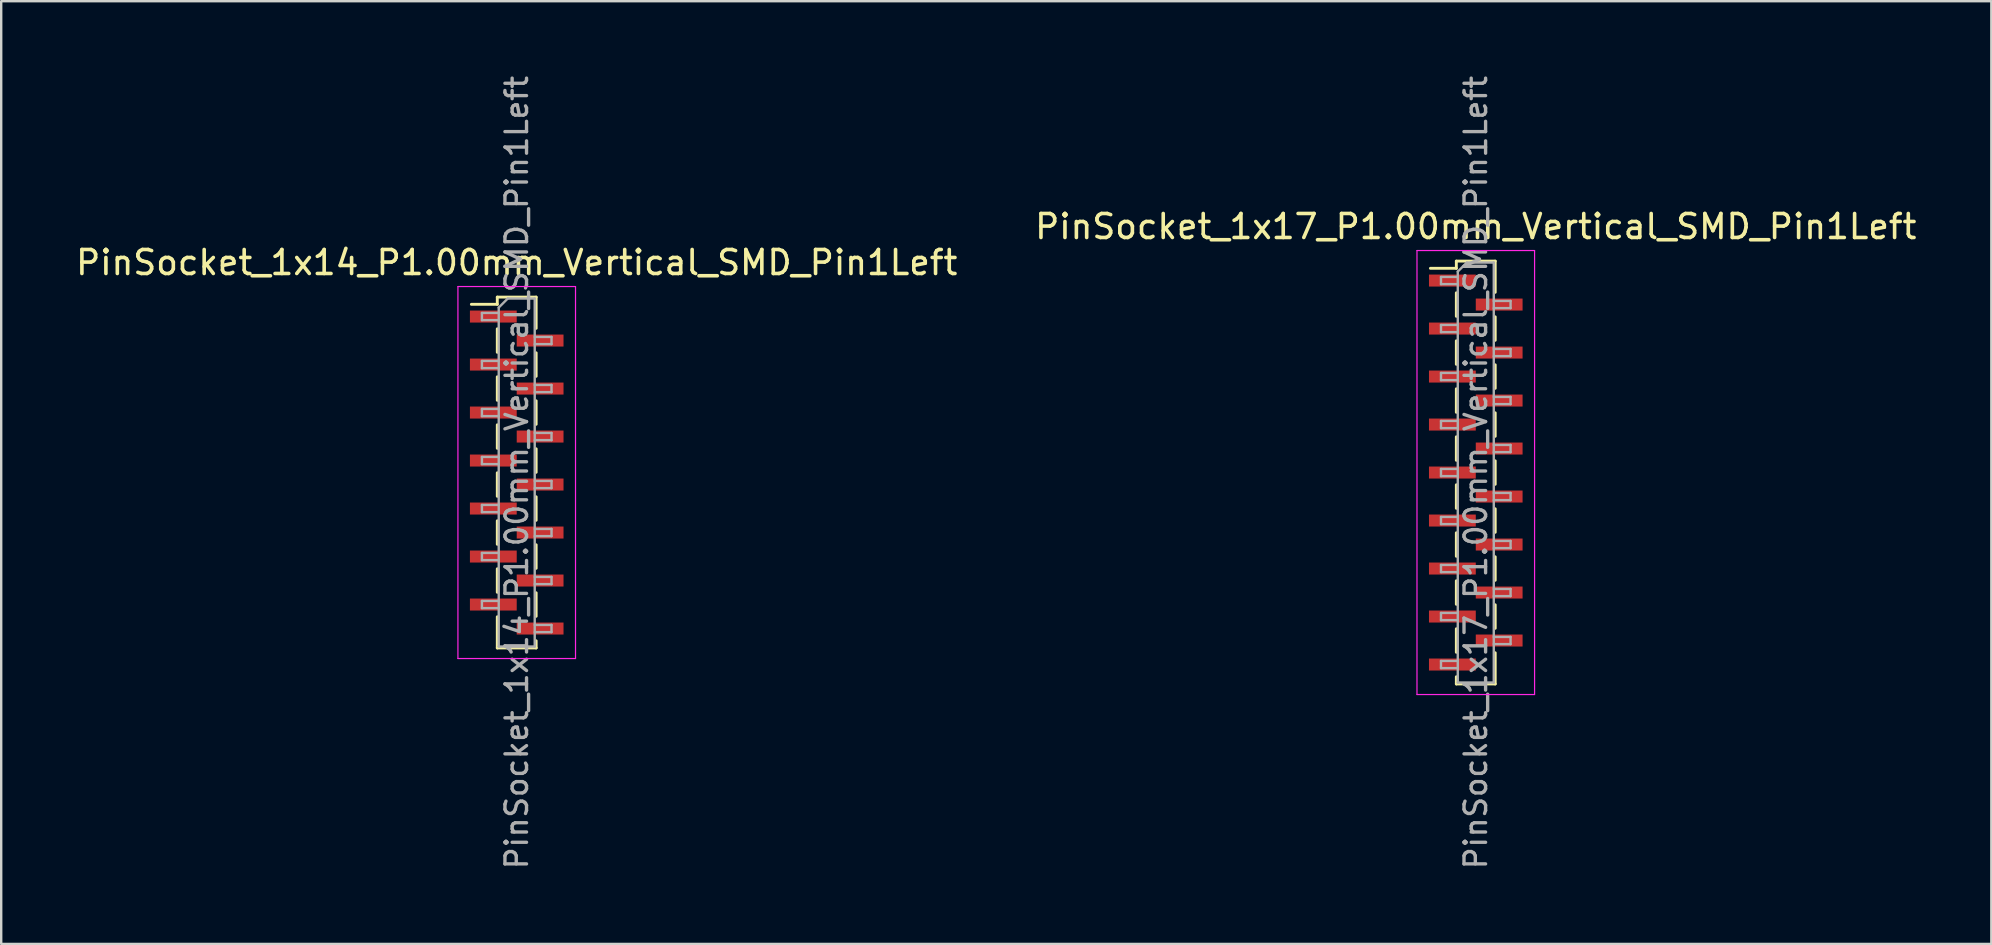
<source format=kicad_pcb>
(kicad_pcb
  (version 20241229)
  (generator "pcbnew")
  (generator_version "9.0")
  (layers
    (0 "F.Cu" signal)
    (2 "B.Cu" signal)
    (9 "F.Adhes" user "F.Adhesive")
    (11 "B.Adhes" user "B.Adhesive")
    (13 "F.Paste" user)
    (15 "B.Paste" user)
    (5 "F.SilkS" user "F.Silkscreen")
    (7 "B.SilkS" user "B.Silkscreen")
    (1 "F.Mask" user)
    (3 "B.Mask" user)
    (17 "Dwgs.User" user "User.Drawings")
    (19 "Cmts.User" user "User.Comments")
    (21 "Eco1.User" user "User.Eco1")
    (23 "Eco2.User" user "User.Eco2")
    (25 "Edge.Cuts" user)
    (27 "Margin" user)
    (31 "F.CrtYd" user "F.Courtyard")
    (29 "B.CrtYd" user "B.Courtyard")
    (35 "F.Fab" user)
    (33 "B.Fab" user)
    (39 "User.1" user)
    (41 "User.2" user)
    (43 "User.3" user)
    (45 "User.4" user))
  (footprint "PinSocket_1x17_P1.00mm_Vertical_SMD_Pin1Left"
    (layer "F.Cu")
    (at 58.446 16.641)
    (property "Reference" "PinSocket_1x17_P1.00mm_Vertical_SMD_Pin1Left" (at 0 -10.25 0) (layer "F.SilkS") (effects (font (size 1 1) (thickness 0.15))))
    (attr smd)
    (fp_line (start -1.89 -8.51) (end -0.81 -8.51) (stroke (width 0.12) (type solid)) (layer "F.SilkS"))
    (fp_line (start -0.81 -8.81) (end -0.81 -8.51) (stroke (width 0.12) (type solid)) (layer "F.SilkS"))
    (fp_line (start -0.81 -8.81) (end 0.81 -8.81) (stroke (width 0.12) (type solid)) (layer "F.SilkS"))
    (fp_line (start -0.81 -7.49) (end -0.81 -6.51) (stroke (width 0.12) (type solid)) (layer "F.SilkS"))
    (fp_line (start -0.81 -5.49) (end -0.81 -4.51) (stroke (width 0.12) (type solid)) (layer "F.SilkS"))
    (fp_line (start -0.81 -3.49) (end -0.81 -2.51) (stroke (width 0.12) (type solid)) (layer "F.SilkS"))
    (fp_line (start -0.81 -1.49) (end -0.81 -0.51) (stroke (width 0.12) (type solid)) (layer "F.SilkS"))
    (fp_line (start -0.81 0.51) (end -0.81 1.49) (stroke (width 0.12) (type solid)) (layer "F.SilkS"))
    (fp_line (start -0.81 2.51) (end -0.81 3.49) (stroke (width 0.12) (type solid)) (layer "F.SilkS"))
    (fp_line (start -0.81 4.51) (end -0.81 5.49) (stroke (width 0.12) (type solid)) (layer "F.SilkS"))
    (fp_line (start -0.81 6.51) (end -0.81 7.49) (stroke (width 0.12) (type solid)) (layer "F.SilkS"))
    (fp_line (start -0.81 8.51) (end -0.81 8.81) (stroke (width 0.12) (type solid)) (layer "F.SilkS"))
    (fp_line (start -0.81 8.81) (end 0.81 8.81) (stroke (width 0.12) (type solid)) (layer "F.SilkS"))
    (fp_line (start 0.81 -8.81) (end 0.81 -7.51) (stroke (width 0.12) (type solid)) (layer "F.SilkS"))
    (fp_line (start 0.81 -6.49) (end 0.81 -5.51) (stroke (width 0.12) (type solid)) (layer "F.SilkS"))
    (fp_line (start 0.81 -4.49) (end 0.81 -3.51) (stroke (width 0.12) (type solid)) (layer "F.SilkS"))
    (fp_line (start 0.81 -2.49) (end 0.81 -1.51) (stroke (width 0.12) (type solid)) (layer "F.SilkS"))
    (fp_line (start 0.81 -0.49) (end 0.81 0.49) (stroke (width 0.12) (type solid)) (layer "F.SilkS"))
    (fp_line (start 0.81 1.51) (end 0.81 2.49) (stroke (width 0.12) (type solid)) (layer "F.SilkS"))
    (fp_line (start 0.81 3.51) (end 0.81 4.49) (stroke (width 0.12) (type solid)) (layer "F.SilkS"))
    (fp_line (start 0.81 5.51) (end 0.81 6.49) (stroke (width 0.12) (type solid)) (layer "F.SilkS"))
    (fp_line (start 0.81 7.51) (end 0.81 8.81) (stroke (width 0.12) (type solid)) (layer "F.SilkS"))
    (fp_line (start -2.45 -9.25) (end 2.45 -9.25) (stroke (width 0.05) (type solid)) (layer "F.CrtYd"))
    (fp_line (start -2.45 9.25) (end -2.45 -9.25) (stroke (width 0.05) (type solid)) (layer "F.CrtYd"))
    (fp_line (start 2.45 -9.25) (end 2.45 9.25) (stroke (width 0.05) (type solid)) (layer "F.CrtYd"))
    (fp_line (start 2.45 9.25) (end -2.45 9.25) (stroke (width 0.05) (type solid)) (layer "F.CrtYd"))
    (fp_line (start -1.45 -8.15) (end -0.75 -8.15) (stroke (width 0.1) (type solid)) (layer "F.Fab"))
    (fp_line (start -1.45 -7.85) (end -1.45 -8.15) (stroke (width 0.1) (type solid)) (layer "F.Fab"))
    (fp_line (start -1.45 -6.15) (end -0.75 -6.15) (stroke (width 0.1) (type solid)) (layer "F.Fab"))
    (fp_line (start -1.45 -5.85) (end -1.45 -6.15) (stroke (width 0.1) (type solid)) (layer "F.Fab"))
    (fp_line (start -1.45 -4.15) (end -0.75 -4.15) (stroke (width 0.1) (type solid)) (layer "F.Fab"))
    (fp_line (start -1.45 -3.85) (end -1.45 -4.15) (stroke (width 0.1) (type solid)) (layer "F.Fab"))
    (fp_line (start -1.45 -2.15) (end -0.75 -2.15) (stroke (width 0.1) (type solid)) (layer "F.Fab"))
    (fp_line (start -1.45 -1.85) (end -1.45 -2.15) (stroke (width 0.1) (type solid)) (layer "F.Fab"))
    (fp_line (start -1.45 -0.15) (end -0.75 -0.15) (stroke (width 0.1) (type solid)) (layer "F.Fab"))
    (fp_line (start -1.45 0.15) (end -1.45 -0.15) (stroke (width 0.1) (type solid)) (layer "F.Fab"))
    (fp_line (start -1.45 1.85) (end -0.75 1.85) (stroke (width 0.1) (type solid)) (layer "F.Fab"))
    (fp_line (start -1.45 2.15) (end -1.45 1.85) (stroke (width 0.1) (type solid)) (layer "F.Fab"))
    (fp_line (start -1.45 3.85) (end -0.75 3.85) (stroke (width 0.1) (type solid)) (layer "F.Fab"))
    (fp_line (start -1.45 4.15) (end -1.45 3.85) (stroke (width 0.1) (type solid)) (layer "F.Fab"))
    (fp_line (start -1.45 5.85) (end -0.75 5.85) (stroke (width 0.1) (type solid)) (layer "F.Fab"))
    (fp_line (start -1.45 6.15) (end -1.45 5.85) (stroke (width 0.1) (type solid)) (layer "F.Fab"))
    (fp_line (start -1.45 7.85) (end -0.75 7.85) (stroke (width 0.1) (type solid)) (layer "F.Fab"))
    (fp_line (start -1.45 8.15) (end -1.45 7.85) (stroke (width 0.1) (type solid)) (layer "F.Fab"))
    (fp_line (start -0.75 -8.375) (end -0.375 -8.75) (stroke (width 0.1) (type solid)) (layer "F.Fab"))
    (fp_line (start -0.75 -7.85) (end -1.45 -7.85) (stroke (width 0.1) (type solid)) (layer "F.Fab"))
    (fp_line (start -0.75 -5.85) (end -1.45 -5.85) (stroke (width 0.1) (type solid)) (layer "F.Fab"))
    (fp_line (start -0.75 -3.85) (end -1.45 -3.85) (stroke (width 0.1) (type solid)) (layer "F.Fab"))
    (fp_line (start -0.75 -1.85) (end -1.45 -1.85) (stroke (width 0.1) (type solid)) (layer "F.Fab"))
    (fp_line (start -0.75 0.15) (end -1.45 0.15) (stroke (width 0.1) (type solid)) (layer "F.Fab"))
    (fp_line (start -0.75 2.15) (end -1.45 2.15) (stroke (width 0.1) (type solid)) (layer "F.Fab"))
    (fp_line (start -0.75 4.15) (end -1.45 4.15) (stroke (width 0.1) (type solid)) (layer "F.Fab"))
    (fp_line (start -0.75 6.15) (end -1.45 6.15) (stroke (width 0.1) (type solid)) (layer "F.Fab"))
    (fp_line (start -0.75 8.15) (end -1.45 8.15) (stroke (width 0.1) (type solid)) (layer "F.Fab"))
    (fp_line (start -0.75 8.75) (end -0.75 -8.375) (stroke (width 0.1) (type solid)) (layer "F.Fab"))
    (fp_line (start -0.375 -8.75) (end 0.75 -8.75) (stroke (width 0.1) (type solid)) (layer "F.Fab"))
    (fp_line (start 0.75 -8.75) (end 0.75 8.75) (stroke (width 0.1) (type solid)) (layer "F.Fab"))
    (fp_line (start 0.75 -7.15) (end 1.45 -7.15) (stroke (width 0.1) (type solid)) (layer "F.Fab"))
    (fp_line (start 0.75 -5.15) (end 1.45 -5.15) (stroke (width 0.1) (type solid)) (layer "F.Fab"))
    (fp_line (start 0.75 -3.15) (end 1.45 -3.15) (stroke (width 0.1) (type solid)) (layer "F.Fab"))
    (fp_line (start 0.75 -1.15) (end 1.45 -1.15) (stroke (width 0.1) (type solid)) (layer "F.Fab"))
    (fp_line (start 0.75 0.85) (end 1.45 0.85) (stroke (width 0.1) (type solid)) (layer "F.Fab"))
    (fp_line (start 0.75 2.85) (end 1.45 2.85) (stroke (width 0.1) (type solid)) (layer "F.Fab"))
    (fp_line (start 0.75 4.85) (end 1.45 4.85) (stroke (width 0.1) (type solid)) (layer "F.Fab"))
    (fp_line (start 0.75 6.85) (end 1.45 6.85) (stroke (width 0.1) (type solid)) (layer "F.Fab"))
    (fp_line (start 0.75 8.75) (end -0.75 8.75) (stroke (width 0.1) (type solid)) (layer "F.Fab"))
    (fp_line (start 1.45 -7.15) (end 1.45 -6.85) (stroke (width 0.1) (type solid)) (layer "F.Fab"))
    (fp_line (start 1.45 -6.85) (end 0.75 -6.85) (stroke (width 0.1) (type solid)) (layer "F.Fab"))
    (fp_line (start 1.45 -5.15) (end 1.45 -4.85) (stroke (width 0.1) (type solid)) (layer "F.Fab"))
    (fp_line (start 1.45 -4.85) (end 0.75 -4.85) (stroke (width 0.1) (type solid)) (layer "F.Fab"))
    (fp_line (start 1.45 -3.15) (end 1.45 -2.85) (stroke (width 0.1) (type solid)) (layer "F.Fab"))
    (fp_line (start 1.45 -2.85) (end 0.75 -2.85) (stroke (width 0.1) (type solid)) (layer "F.Fab"))
    (fp_line (start 1.45 -1.15) (end 1.45 -0.85) (stroke (width 0.1) (type solid)) (layer "F.Fab"))
    (fp_line (start 1.45 -0.85) (end 0.75 -0.85) (stroke (width 0.1) (type solid)) (layer "F.Fab"))
    (fp_line (start 1.45 0.85) (end 1.45 1.15) (stroke (width 0.1) (type solid)) (layer "F.Fab"))
    (fp_line (start 1.45 1.15) (end 0.75 1.15) (stroke (width 0.1) (type solid)) (layer "F.Fab"))
    (fp_line (start 1.45 2.85) (end 1.45 3.15) (stroke (width 0.1) (type solid)) (layer "F.Fab"))
    (fp_line (start 1.45 3.15) (end 0.75 3.15) (stroke (width 0.1) (type solid)) (layer "F.Fab"))
    (fp_line (start 1.45 4.85) (end 1.45 5.15) (stroke (width 0.1) (type solid)) (layer "F.Fab"))
    (fp_line (start 1.45 5.15) (end 0.75 5.15) (stroke (width 0.1) (type solid)) (layer "F.Fab"))
    (fp_line (start 1.45 6.85) (end 1.45 7.15) (stroke (width 0.1) (type solid)) (layer "F.Fab"))
    (fp_line (start 1.45 7.15) (end 0.75 7.15) (stroke (width 0.1) (type solid)) (layer "F.Fab"))
    (fp_text user "${REFERENCE}" (at 0 0 90) (layer "F.Fab") (effects (font (size 0.9 0.9) (thickness 0.14))))
    (pad "1" smd rect (at -0.975 -8) (size 1.95 0.5) (layers "F.Cu" "F.Mask" "F.Paste"))
    (pad "2" smd rect (at 0.975 -7) (size 1.95 0.5) (layers "F.Cu" "F.Mask" "F.Paste"))
    (pad "3" smd rect (at -0.975 -6) (size 1.95 0.5) (layers "F.Cu" "F.Mask" "F.Paste"))
    (pad "4" smd rect (at 0.975 -5) (size 1.95 0.5) (layers "F.Cu" "F.Mask" "F.Paste"))
    (pad "5" smd rect (at -0.975 -4) (size 1.95 0.5) (layers "F.Cu" "F.Mask" "F.Paste"))
    (pad "6" smd rect (at 0.975 -3) (size 1.95 0.5) (layers "F.Cu" "F.Mask" "F.Paste"))
    (pad "7" smd rect (at -0.975 -2) (size 1.95 0.5) (layers "F.Cu" "F.Mask" "F.Paste"))
    (pad "8" smd rect (at 0.975 -1) (size 1.95 0.5) (layers "F.Cu" "F.Mask" "F.Paste"))
    (pad "9" smd rect (at -0.975 0) (size 1.95 0.5) (layers "F.Cu" "F.Mask" "F.Paste"))
    (pad "10" smd rect (at 0.975 1) (size 1.95 0.5) (layers "F.Cu" "F.Mask" "F.Paste"))
    (pad "11" smd rect (at -0.975 2) (size 1.95 0.5) (layers "F.Cu" "F.Mask" "F.Paste"))
    (pad "12" smd rect (at 0.975 3) (size 1.95 0.5) (layers "F.Cu" "F.Mask" "F.Paste"))
    (pad "13" smd rect (at -0.975 4) (size 1.95 0.5) (layers "F.Cu" "F.Mask" "F.Paste"))
    (pad "14" smd rect (at 0.975 5) (size 1.95 0.5) (layers "F.Cu" "F.Mask" "F.Paste"))
    (pad "15" smd rect (at -0.975 6) (size 1.95 0.5) (layers "F.Cu" "F.Mask" "F.Paste"))
    (pad "16" smd rect (at 0.975 7) (size 1.95 0.5) (layers "F.Cu" "F.Mask" "F.Paste"))
    (pad "17" smd rect (at -0.975 8) (size 1.95 0.5) (layers "F.Cu" "F.Mask" "F.Paste")))
  (footprint "PinSocket_1x14_P1.00mm_Vertical_SMD_Pin1Left"
    (layer "F.Cu")
    (at 18.482 16.641)
    (property "Reference" "PinSocket_1x14_P1.00mm_Vertical_SMD_Pin1Left" (at 0 -8.75 0) (layer "F.SilkS") (effects (font (size 1 1) (thickness 0.15))))
    (attr smd)
    (fp_line (start -1.89 -7.01) (end -0.81 -7.01) (stroke (width 0.12) (type solid)) (layer "F.SilkS"))
    (fp_line (start -0.81 -7.31) (end -0.81 -7.01) (stroke (width 0.12) (type solid)) (layer "F.SilkS"))
    (fp_line (start -0.81 -7.31) (end 0.81 -7.31) (stroke (width 0.12) (type solid)) (layer "F.SilkS"))
    (fp_line (start -0.81 -5.99) (end -0.81 -5.01) (stroke (width 0.12) (type solid)) (layer "F.SilkS"))
    (fp_line (start -0.81 -3.99) (end -0.81 -3.01) (stroke (width 0.12) (type solid)) (layer "F.SilkS"))
    (fp_line (start -0.81 -1.99) (end -0.81 -1.01) (stroke (width 0.12) (type solid)) (layer "F.SilkS"))
    (fp_line (start -0.81 0.01) (end -0.81 0.99) (stroke (width 0.12) (type solid)) (layer "F.SilkS"))
    (fp_line (start -0.81 2.01) (end -0.81 2.99) (stroke (width 0.12) (type solid)) (layer "F.SilkS"))
    (fp_line (start -0.81 4.01) (end -0.81 4.99) (stroke (width 0.12) (type solid)) (layer "F.SilkS"))
    (fp_line (start -0.81 6.01) (end -0.81 7.31) (stroke (width 0.12) (type solid)) (layer "F.SilkS"))
    (fp_line (start -0.81 7.31) (end 0.81 7.31) (stroke (width 0.12) (type solid)) (layer "F.SilkS"))
    (fp_line (start 0.81 -7.31) (end 0.81 -6.01) (stroke (width 0.12) (type solid)) (layer "F.SilkS"))
    (fp_line (start 0.81 -4.99) (end 0.81 -4.01) (stroke (width 0.12) (type solid)) (layer "F.SilkS"))
    (fp_line (start 0.81 -2.99) (end 0.81 -2.01) (stroke (width 0.12) (type solid)) (layer "F.SilkS"))
    (fp_line (start 0.81 -0.99) (end 0.81 -0.01) (stroke (width 0.12) (type solid)) (layer "F.SilkS"))
    (fp_line (start 0.81 1.01) (end 0.81 1.99) (stroke (width 0.12) (type solid)) (layer "F.SilkS"))
    (fp_line (start 0.81 3.01) (end 0.81 3.99) (stroke (width 0.12) (type solid)) (layer "F.SilkS"))
    (fp_line (start 0.81 5.01) (end 0.81 5.99) (stroke (width 0.12) (type solid)) (layer "F.SilkS"))
    (fp_line (start 0.81 7.01) (end 0.81 7.31) (stroke (width 0.12) (type solid)) (layer "F.SilkS"))
    (fp_line (start -2.45 -7.75) (end 2.45 -7.75) (stroke (width 0.05) (type solid)) (layer "F.CrtYd"))
    (fp_line (start -2.45 7.75) (end -2.45 -7.75) (stroke (width 0.05) (type solid)) (layer "F.CrtYd"))
    (fp_line (start 2.45 -7.75) (end 2.45 7.75) (stroke (width 0.05) (type solid)) (layer "F.CrtYd"))
    (fp_line (start 2.45 7.75) (end -2.45 7.75) (stroke (width 0.05) (type solid)) (layer "F.CrtYd"))
    (fp_line (start -1.45 -6.65) (end -0.75 -6.65) (stroke (width 0.1) (type solid)) (layer "F.Fab"))
    (fp_line (start -1.45 -6.35) (end -1.45 -6.65) (stroke (width 0.1) (type solid)) (layer "F.Fab"))
    (fp_line (start -1.45 -4.65) (end -0.75 -4.65) (stroke (width 0.1) (type solid)) (layer "F.Fab"))
    (fp_line (start -1.45 -4.35) (end -1.45 -4.65) (stroke (width 0.1) (type solid)) (layer "F.Fab"))
    (fp_line (start -1.45 -2.65) (end -0.75 -2.65) (stroke (width 0.1) (type solid)) (layer "F.Fab"))
    (fp_line (start -1.45 -2.35) (end -1.45 -2.65) (stroke (width 0.1) (type solid)) (layer "F.Fab"))
    (fp_line (start -1.45 -0.65) (end -0.75 -0.65) (stroke (width 0.1) (type solid)) (layer "F.Fab"))
    (fp_line (start -1.45 -0.35) (end -1.45 -0.65) (stroke (width 0.1) (type solid)) (layer "F.Fab"))
    (fp_line (start -1.45 1.35) (end -0.75 1.35) (stroke (width 0.1) (type solid)) (layer "F.Fab"))
    (fp_line (start -1.45 1.65) (end -1.45 1.35) (stroke (width 0.1) (type solid)) (layer "F.Fab"))
    (fp_line (start -1.45 3.35) (end -0.75 3.35) (stroke (width 0.1) (type solid)) (layer "F.Fab"))
    (fp_line (start -1.45 3.65) (end -1.45 3.35) (stroke (width 0.1) (type solid)) (layer "F.Fab"))
    (fp_line (start -1.45 5.35) (end -0.75 5.35) (stroke (width 0.1) (type solid)) (layer "F.Fab"))
    (fp_line (start -1.45 5.65) (end -1.45 5.35) (stroke (width 0.1) (type solid)) (layer "F.Fab"))
    (fp_line (start -0.75 -6.875) (end -0.375 -7.25) (stroke (width 0.1) (type solid)) (layer "F.Fab"))
    (fp_line (start -0.75 -6.35) (end -1.45 -6.35) (stroke (width 0.1) (type solid)) (layer "F.Fab"))
    (fp_line (start -0.75 -4.35) (end -1.45 -4.35) (stroke (width 0.1) (type solid)) (layer "F.Fab"))
    (fp_line (start -0.75 -2.35) (end -1.45 -2.35) (stroke (width 0.1) (type solid)) (layer "F.Fab"))
    (fp_line (start -0.75 -0.35) (end -1.45 -0.35) (stroke (width 0.1) (type solid)) (layer "F.Fab"))
    (fp_line (start -0.75 1.65) (end -1.45 1.65) (stroke (width 0.1) (type solid)) (layer "F.Fab"))
    (fp_line (start -0.75 3.65) (end -1.45 3.65) (stroke (width 0.1) (type solid)) (layer "F.Fab"))
    (fp_line (start -0.75 5.65) (end -1.45 5.65) (stroke (width 0.1) (type solid)) (layer "F.Fab"))
    (fp_line (start -0.75 7.25) (end -0.75 -6.875) (stroke (width 0.1) (type solid)) (layer "F.Fab"))
    (fp_line (start -0.375 -7.25) (end 0.75 -7.25) (stroke (width 0.1) (type solid)) (layer "F.Fab"))
    (fp_line (start 0.75 -7.25) (end 0.75 7.25) (stroke (width 0.1) (type solid)) (layer "F.Fab"))
    (fp_line (start 0.75 -5.65) (end 1.45 -5.65) (stroke (width 0.1) (type solid)) (layer "F.Fab"))
    (fp_line (start 0.75 -3.65) (end 1.45 -3.65) (stroke (width 0.1) (type solid)) (layer "F.Fab"))
    (fp_line (start 0.75 -1.65) (end 1.45 -1.65) (stroke (width 0.1) (type solid)) (layer "F.Fab"))
    (fp_line (start 0.75 0.35) (end 1.45 0.35) (stroke (width 0.1) (type solid)) (layer "F.Fab"))
    (fp_line (start 0.75 2.35) (end 1.45 2.35) (stroke (width 0.1) (type solid)) (layer "F.Fab"))
    (fp_line (start 0.75 4.35) (end 1.45 4.35) (stroke (width 0.1) (type solid)) (layer "F.Fab"))
    (fp_line (start 0.75 6.35) (end 1.45 6.35) (stroke (width 0.1) (type solid)) (layer "F.Fab"))
    (fp_line (start 0.75 7.25) (end -0.75 7.25) (stroke (width 0.1) (type solid)) (layer "F.Fab"))
    (fp_line (start 1.45 -5.65) (end 1.45 -5.35) (stroke (width 0.1) (type solid)) (layer "F.Fab"))
    (fp_line (start 1.45 -5.35) (end 0.75 -5.35) (stroke (width 0.1) (type solid)) (layer "F.Fab"))
    (fp_line (start 1.45 -3.65) (end 1.45 -3.35) (stroke (width 0.1) (type solid)) (layer "F.Fab"))
    (fp_line (start 1.45 -3.35) (end 0.75 -3.35) (stroke (width 0.1) (type solid)) (layer "F.Fab"))
    (fp_line (start 1.45 -1.65) (end 1.45 -1.35) (stroke (width 0.1) (type solid)) (layer "F.Fab"))
    (fp_line (start 1.45 -1.35) (end 0.75 -1.35) (stroke (width 0.1) (type solid)) (layer "F.Fab"))
    (fp_line (start 1.45 0.35) (end 1.45 0.65) (stroke (width 0.1) (type solid)) (layer "F.Fab"))
    (fp_line (start 1.45 0.65) (end 0.75 0.65) (stroke (width 0.1) (type solid)) (layer "F.Fab"))
    (fp_line (start 1.45 2.35) (end 1.45 2.65) (stroke (width 0.1) (type solid)) (layer "F.Fab"))
    (fp_line (start 1.45 2.65) (end 0.75 2.65) (stroke (width 0.1) (type solid)) (layer "F.Fab"))
    (fp_line (start 1.45 4.35) (end 1.45 4.65) (stroke (width 0.1) (type solid)) (layer "F.Fab"))
    (fp_line (start 1.45 4.65) (end 0.75 4.65) (stroke (width 0.1) (type solid)) (layer "F.Fab"))
    (fp_line (start 1.45 6.35) (end 1.45 6.65) (stroke (width 0.1) (type solid)) (layer "F.Fab"))
    (fp_line (start 1.45 6.65) (end 0.75 6.65) (stroke (width 0.1) (type solid)) (layer "F.Fab"))
    (fp_text user "${REFERENCE}" (at 0 0 90) (layer "F.Fab") (effects (font (size 0.9 0.9) (thickness 0.14))))
    (pad "1" smd rect (at -0.975 -6.5) (size 1.95 0.5) (layers "F.Cu" "F.Mask" "F.Paste"))
    (pad "2" smd rect (at 0.975 -5.5) (size 1.95 0.5) (layers "F.Cu" "F.Mask" "F.Paste"))
    (pad "3" smd rect (at -0.975 -4.5) (size 1.95 0.5) (layers "F.Cu" "F.Mask" "F.Paste"))
    (pad "4" smd rect (at 0.975 -3.5) (size 1.95 0.5) (layers "F.Cu" "F.Mask" "F.Paste"))
    (pad "5" smd rect (at -0.975 -2.5) (size 1.95 0.5) (layers "F.Cu" "F.Mask" "F.Paste"))
    (pad "6" smd rect (at 0.975 -1.5) (size 1.95 0.5) (layers "F.Cu" "F.Mask" "F.Paste"))
    (pad "7" smd rect (at -0.975 -0.5) (size 1.95 0.5) (layers "F.Cu" "F.Mask" "F.Paste"))
    (pad "8" smd rect (at 0.975 0.5) (size 1.95 0.5) (layers "F.Cu" "F.Mask" "F.Paste"))
    (pad "9" smd rect (at -0.975 1.5) (size 1.95 0.5) (layers "F.Cu" "F.Mask" "F.Paste"))
    (pad "10" smd rect (at 0.975 2.5) (size 1.95 0.5) (layers "F.Cu" "F.Mask" "F.Paste"))
    (pad "11" smd rect (at -0.975 3.5) (size 1.95 0.5) (layers "F.Cu" "F.Mask" "F.Paste"))
    (pad "12" smd rect (at 0.975 4.5) (size 1.95 0.5) (layers "F.Cu" "F.Mask" "F.Paste"))
    (pad "13" smd rect (at -0.975 5.5) (size 1.95 0.5) (layers "F.Cu" "F.Mask" "F.Paste"))
    (pad "14" smd rect (at 0.975 6.5) (size 1.95 0.5) (layers "F.Cu" "F.Mask" "F.Paste")))
  (gr_rect
    (start -3 -3)
    (end 79.929 36.283)
    (stroke (width 0.1) (type default))
    (fill no)
    (layer "Edge.Cuts")))
</source>
